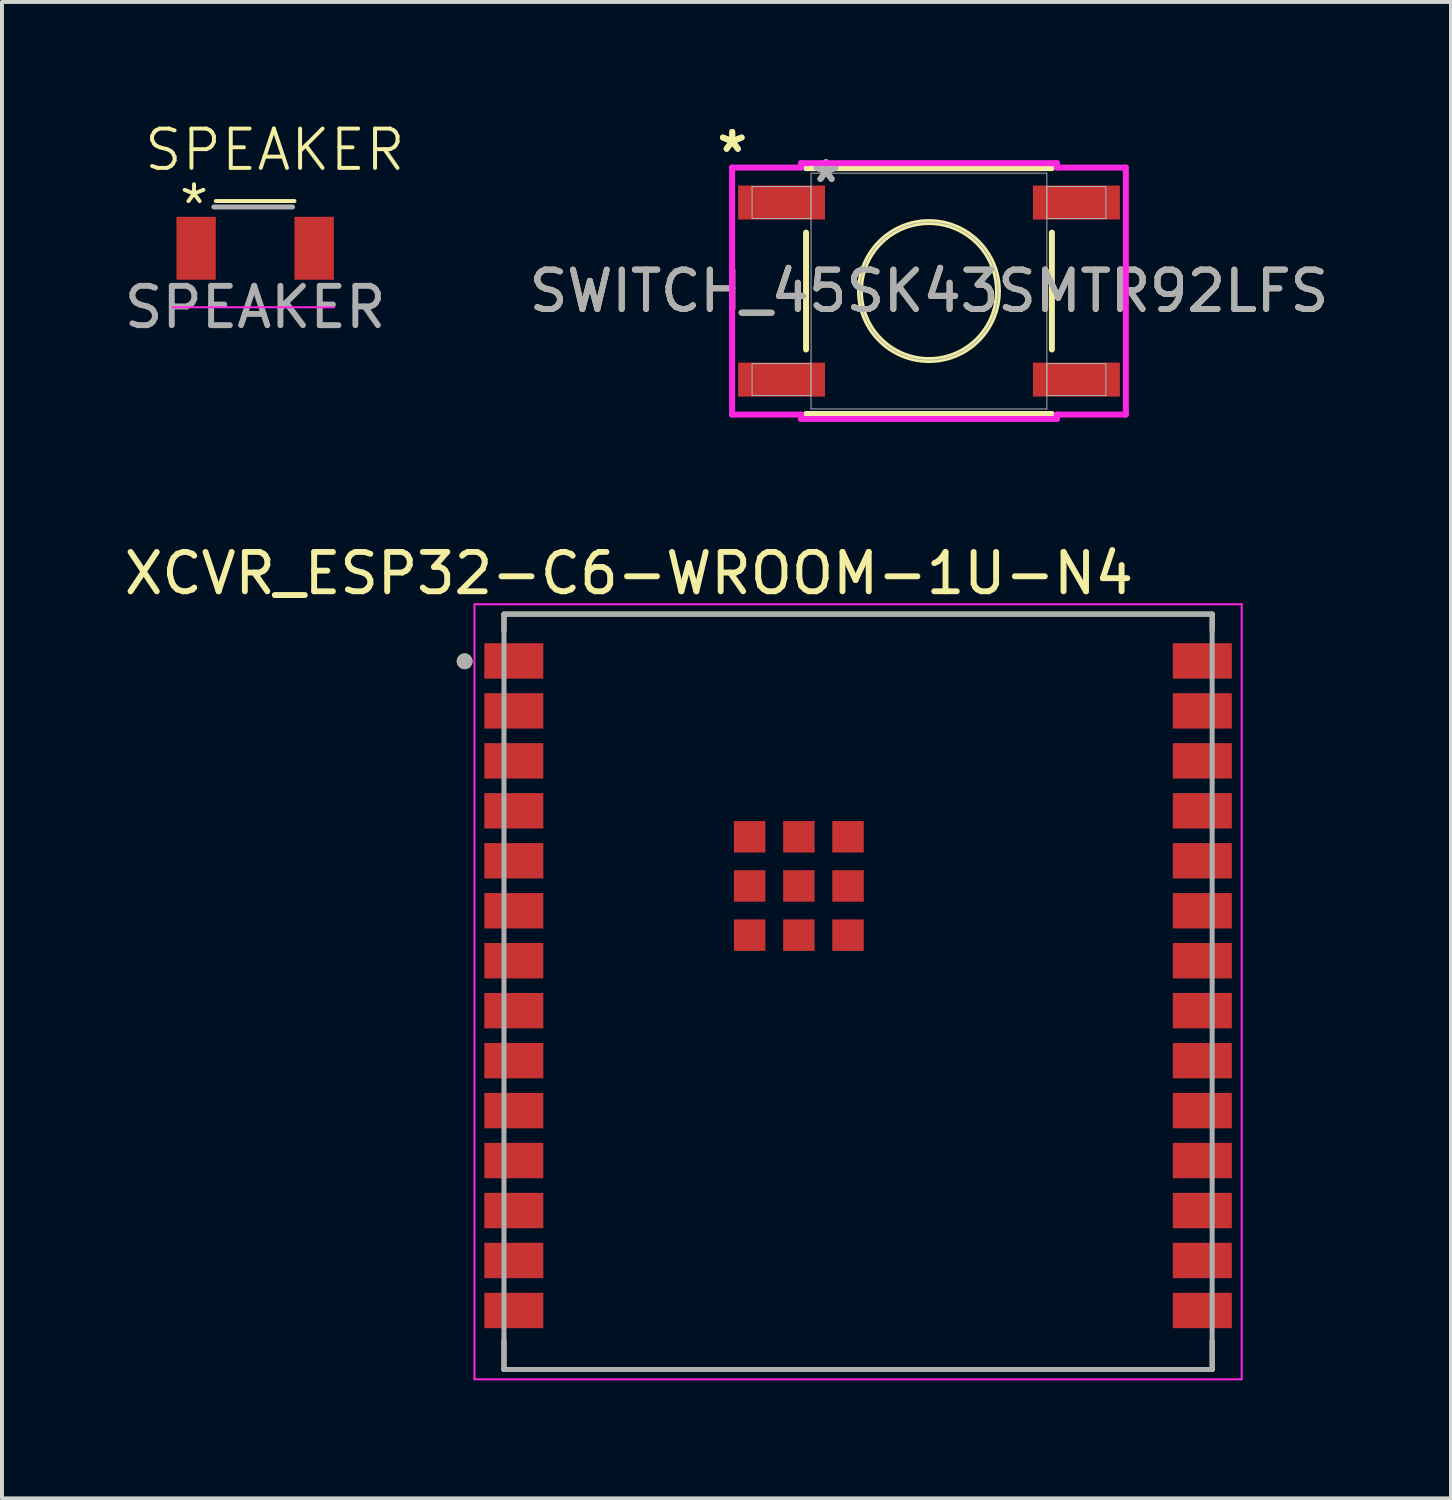
<source format=kicad_pcb>
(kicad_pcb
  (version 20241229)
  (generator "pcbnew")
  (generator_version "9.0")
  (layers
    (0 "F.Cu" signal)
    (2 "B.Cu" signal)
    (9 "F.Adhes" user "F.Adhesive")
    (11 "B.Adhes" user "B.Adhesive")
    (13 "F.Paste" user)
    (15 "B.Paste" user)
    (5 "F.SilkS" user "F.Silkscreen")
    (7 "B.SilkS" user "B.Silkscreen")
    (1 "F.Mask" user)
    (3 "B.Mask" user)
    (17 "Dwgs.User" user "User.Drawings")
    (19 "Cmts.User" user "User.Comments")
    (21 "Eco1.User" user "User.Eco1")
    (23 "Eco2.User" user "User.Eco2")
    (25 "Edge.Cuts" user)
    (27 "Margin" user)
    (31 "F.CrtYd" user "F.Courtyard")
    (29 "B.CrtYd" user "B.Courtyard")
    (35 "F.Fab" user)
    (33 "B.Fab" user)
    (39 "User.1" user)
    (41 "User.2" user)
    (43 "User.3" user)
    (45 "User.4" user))
  (footprint "SPEAKER"
    (layer "F.Cu")
    (at 3.435 2.26)
    (property "Reference" "SPEAKER" (at 0.5 -1.5 0) (unlocked yes) (layer "F.SilkS") (effects (font (size 1 1) (thickness 0.1))))
    (attr smd)
    (fp_line (start -1 -0.2) (end 1 -0.2) (stroke (width 0.1) (type default)) (layer "F.SilkS"))
    (fp_line (start -2.1 2.5) (end 2 2.5) (stroke (width 0.05) (type solid)) (layer "F.CrtYd"))
    (fp_line (start -1.05 -0.05) (end 0.95 -0.05) (stroke (width 0.127) (type solid)) (layer "F.Fab"))
    (fp_text user "*" (at -2 0.5 0) (unlocked yes) (layer "F.SilkS") (effects (font (size 1 1) (thickness 0.1)) (justify left bottom)))
    (fp_text user "${REFERENCE}" (at 0 2.5 0) (unlocked yes) (layer "F.Fab") (effects (font (size 1 1) (thickness 0.15))))
    (pad "1" smd rect (at -1.5 1) (size 1 1.6) (layers "F.Cu" "F.Mask" "F.Paste"))
    (pad "2" smd rect (at 1.5 1) (size 1 1.6) (layers "F.Cu" "F.Mask" "F.Paste")))
  (footprint "SWITCH_45SK43SMTR92LFS"
    (layer "F.Cu")
    (at 20.562 4.348)
    (property "Reference" "SWITCH_45SK43SMTR92LFS" (at 0 0 0) (unlocked yes) (layer "F.SilkS") (effects (font (size 1 1) (thickness 0.15))))
    (attr smd)
    (fp_line (start -3.124 -1.485) (end -3.124 1.485) (stroke (width 0.152) (type solid)) (layer "F.SilkS"))
    (fp_line (start -3.124 3.124) (end 3.124 3.124) (stroke (width 0.152) (type solid)) (layer "F.SilkS"))
    (fp_line (start 3.124 -3.124) (end -3.124 -3.124) (stroke (width 0.152) (type solid)) (layer "F.SilkS"))
    (fp_line (start 3.124 1.485) (end 3.124 -1.485) (stroke (width 0.152) (type solid)) (layer "F.SilkS"))
    (fp_circle (center 0 0) (end 1.753 0) (stroke (width 0.152) (type solid)) (fill no) (layer "F.SilkS"))
    (fp_line (start -5.004 -3.139) (end -3.251 -3.139) (stroke (width 0.152) (type solid)) (layer "F.CrtYd"))
    (fp_line (start -5.004 3.139) (end -5.004 -3.139) (stroke (width 0.152) (type solid)) (layer "F.CrtYd"))
    (fp_line (start -3.251 -3.251) (end 3.251 -3.251) (stroke (width 0.152) (type solid)) (layer "F.CrtYd"))
    (fp_line (start -3.251 -3.139) (end -3.251 -3.251) (stroke (width 0.152) (type solid)) (layer "F.CrtYd"))
    (fp_line (start -3.251 3.139) (end -5.004 3.139) (stroke (width 0.152) (type solid)) (layer "F.CrtYd"))
    (fp_line (start -3.251 3.251) (end -3.251 3.139) (stroke (width 0.152) (type solid)) (layer "F.CrtYd"))
    (fp_line (start 3.251 -3.251) (end 3.251 -3.139) (stroke (width 0.152) (type solid)) (layer "F.CrtYd"))
    (fp_line (start 3.251 -3.139) (end 5.004 -3.139) (stroke (width 0.152) (type solid)) (layer "F.CrtYd"))
    (fp_line (start 3.251 3.139) (end 3.251 3.251) (stroke (width 0.152) (type solid)) (layer "F.CrtYd"))
    (fp_line (start 3.251 3.251) (end -3.251 3.251) (stroke (width 0.152) (type solid)) (layer "F.CrtYd"))
    (fp_line (start 5.004 -3.139) (end 5.004 3.139) (stroke (width 0.152) (type solid)) (layer "F.CrtYd"))
    (fp_line (start 5.004 3.139) (end 3.251 3.139) (stroke (width 0.152) (type solid)) (layer "F.CrtYd"))
    (fp_line (start -4.496 -2.656) (end -4.496 -1.844) (stroke (width 0.025) (type solid)) (layer "F.Fab"))
    (fp_line (start -4.496 -1.844) (end -2.997 -1.844) (stroke (width 0.025) (type solid)) (layer "F.Fab"))
    (fp_line (start -4.496 1.844) (end -4.496 2.656) (stroke (width 0.025) (type solid)) (layer "F.Fab"))
    (fp_line (start -4.496 2.656) (end -2.997 2.656) (stroke (width 0.025) (type solid)) (layer "F.Fab"))
    (fp_line (start -2.997 -2.997) (end -2.997 2.997) (stroke (width 0.025) (type solid)) (layer "F.Fab"))
    (fp_line (start -2.997 -2.656) (end -4.496 -2.656) (stroke (width 0.025) (type solid)) (layer "F.Fab"))
    (fp_line (start -2.997 -1.844) (end -2.997 -2.656) (stroke (width 0.025) (type solid)) (layer "F.Fab"))
    (fp_line (start -2.997 1.844) (end -4.496 1.844) (stroke (width 0.025) (type solid)) (layer "F.Fab"))
    (fp_line (start -2.997 2.656) (end -2.997 1.844) (stroke (width 0.025) (type solid)) (layer "F.Fab"))
    (fp_line (start -2.997 2.997) (end 2.997 2.997) (stroke (width 0.025) (type solid)) (layer "F.Fab"))
    (fp_line (start 2.997 -2.997) (end -2.997 -2.997) (stroke (width 0.025) (type solid)) (layer "F.Fab"))
    (fp_line (start 2.997 -2.656) (end 2.997 -1.844) (stroke (width 0.025) (type solid)) (layer "F.Fab"))
    (fp_line (start 2.997 -1.844) (end 4.496 -1.844) (stroke (width 0.025) (type solid)) (layer "F.Fab"))
    (fp_line (start 2.997 1.844) (end 2.997 2.656) (stroke (width 0.025) (type solid)) (layer "F.Fab"))
    (fp_line (start 2.997 2.656) (end 4.496 2.656) (stroke (width 0.025) (type solid)) (layer "F.Fab"))
    (fp_line (start 2.997 2.997) (end 2.997 -2.997) (stroke (width 0.025) (type solid)) (layer "F.Fab"))
    (fp_line (start 4.496 -2.656) (end 2.997 -2.656) (stroke (width 0.025) (type solid)) (layer "F.Fab"))
    (fp_line (start 4.496 -1.844) (end 4.496 -2.656) (stroke (width 0.025) (type solid)) (layer "F.Fab"))
    (fp_line (start 4.496 1.844) (end 2.997 1.844) (stroke (width 0.025) (type solid)) (layer "F.Fab"))
    (fp_line (start 4.496 2.656) (end 4.496 1.844) (stroke (width 0.025) (type solid)) (layer "F.Fab"))
    (fp_circle (center 0 0) (end 1.753 0) (stroke (width 0.025) (type solid)) (fill no) (layer "F.Fab"))
    (fp_text user "*" (at -5 -3.5 0) (layer "F.SilkS") (effects (font (size 1 1) (thickness 0.15))))
    (fp_text user "*" (at -5 -3.5 0) (unlocked yes) (layer "F.SilkS") (effects (font (size 1 1) (thickness 0.15))))
    (fp_text user "*" (at -2.616 -2.733 0) (unlocked yes) (layer "F.Fab") (effects (font (size 1 1) (thickness 0.15))))
    (fp_text user "*" (at -2.616 -2.733 0) (layer "F.Fab") (effects (font (size 1 1) (thickness 0.15))))
    (fp_text user "${REFERENCE}" (at 0 0 0) (unlocked yes) (layer "F.Fab") (effects (font (size 1 1) (thickness 0.15))))
    (pad "1" smd rect (at -3.747 -2.25) (size 2.21 0.864) (layers "F.Cu" "F.Mask" "F.Paste"))
    (pad "2" smd rect (at 3.747 -2.25) (size 2.21 0.864) (layers "F.Cu" "F.Mask" "F.Paste"))
    (pad "3" smd rect (at -3.747 2.25) (size 2.21 0.864) (layers "F.Cu" "F.Mask" "F.Paste"))
    (pad "4" smd rect (at 3.747 2.25) (size 2.21 0.864) (layers "F.Cu" "F.Mask" "F.Paste")))
  (footprint "XCVR_ESP32-C6-WROOM-1U-N4"
    (layer "F.Cu")
    (at 18.76 22.159)
    (property "Reference" "XCVR_ESP32-C6-WROOM-1U-N4" (at -5.825 -10.635 0) (layer "F.SilkS") (effects (font (size 1 1) (thickness 0.15))))
    (attr smd)
    (fp_line (start -9 -9.6) (end 9 -9.6) (stroke (width 0.127) (type solid)) (layer "F.SilkS"))
    (fp_line (start -9 -9.18) (end -9 -9.6) (stroke (width 0.127) (type solid)) (layer "F.SilkS"))
    (fp_line (start -9 9.6) (end -9 8.87) (stroke (width 0.127) (type solid)) (layer "F.SilkS"))
    (fp_line (start -9 9.6) (end 9 9.6) (stroke (width 0.127) (type solid)) (layer "F.SilkS"))
    (fp_line (start 9 -9.6) (end 9 -9.18) (stroke (width 0.127) (type solid)) (layer "F.SilkS"))
    (fp_line (start 9 8.87) (end 9 9.6) (stroke (width 0.127) (type solid)) (layer "F.SilkS"))
    (fp_circle (center -10 -8.4) (end -9.9 -8.4) (stroke (width 0.2) (type solid)) (fill no) (layer "F.SilkS"))
    (fp_line (start -9.75 -9.85) (end -9.75 9.85) (stroke (width 0.05) (type solid)) (layer "F.CrtYd"))
    (fp_line (start -9.75 9.85) (end 9.75 9.85) (stroke (width 0.05) (type solid)) (layer "F.CrtYd"))
    (fp_line (start 9.75 -9.85) (end -9.75 -9.85) (stroke (width 0.05) (type solid)) (layer "F.CrtYd"))
    (fp_line (start 9.75 9.85) (end 9.75 -9.85) (stroke (width 0.05) (type solid)) (layer "F.CrtYd"))
    (fp_line (start -9 -9.6) (end 9 -9.6) (stroke (width 0.127) (type solid)) (layer "F.Fab"))
    (fp_line (start -9 9.6) (end -9 -9.6) (stroke (width 0.127) (type solid)) (layer "F.Fab"))
    (fp_line (start -9 9.6) (end 9 9.6) (stroke (width 0.127) (type solid)) (layer "F.Fab"))
    (fp_line (start 9 -9.6) (end 9 9.6) (stroke (width 0.127) (type solid)) (layer "F.Fab"))
    (fp_circle (center -10 -8.4) (end -9.9 -8.4) (stroke (width 0.2) (type solid)) (fill no) (layer "F.Fab"))
    (pad "1" smd rect (at -8.75 -8.41) (size 1.5 0.9) (layers "F.Cu" "F.Mask" "F.Paste"))
    (pad "2" smd rect (at -8.75 -7.14) (size 1.5 0.9) (layers "F.Cu" "F.Mask" "F.Paste"))
    (pad "3" smd rect (at -8.75 -5.87) (size 1.5 0.9) (layers "F.Cu" "F.Mask" "F.Paste"))
    (pad "4" smd rect (at -8.75 -4.6) (size 1.5 0.9) (layers "F.Cu" "F.Mask" "F.Paste"))
    (pad "5" smd rect (at -8.75 -3.33) (size 1.5 0.9) (layers "F.Cu" "F.Mask" "F.Paste"))
    (pad "6" smd rect (at -8.75 -2.06) (size 1.5 0.9) (layers "F.Cu" "F.Mask" "F.Paste"))
    (pad "7" smd rect (at -8.75 -0.79) (size 1.5 0.9) (layers "F.Cu" "F.Mask" "F.Paste"))
    (pad "8" smd rect (at -8.75 0.48) (size 1.5 0.9) (layers "F.Cu" "F.Mask" "F.Paste"))
    (pad "9" smd rect (at -8.75 1.75) (size 1.5 0.9) (layers "F.Cu" "F.Mask" "F.Paste"))
    (pad "10" smd rect (at -8.75 3.02) (size 1.5 0.9) (layers "F.Cu" "F.Mask" "F.Paste"))
    (pad "11" smd rect (at -8.75 4.29) (size 1.5 0.9) (layers "F.Cu" "F.Mask" "F.Paste"))
    (pad "12" smd rect (at -8.75 5.56) (size 1.5 0.9) (layers "F.Cu" "F.Mask" "F.Paste"))
    (pad "13" smd rect (at -8.75 6.83) (size 1.5 0.9) (layers "F.Cu" "F.Mask" "F.Paste"))
    (pad "14" smd rect (at -8.75 8.1) (size 1.5 0.9) (layers "F.Cu" "F.Mask" "F.Paste"))
    (pad "15" smd rect (at 8.75 8.1) (size 1.5 0.9) (layers "F.Cu" "F.Mask" "F.Paste"))
    (pad "16" smd rect (at 8.75 6.83) (size 1.5 0.9) (layers "F.Cu" "F.Mask" "F.Paste"))
    (pad "17" smd rect (at 8.75 5.56) (size 1.5 0.9) (layers "F.Cu" "F.Mask" "F.Paste"))
    (pad "18" smd rect (at 8.75 4.29) (size 1.5 0.9) (layers "F.Cu" "F.Mask" "F.Paste"))
    (pad "19" smd rect (at 8.75 3.02) (size 1.5 0.9) (layers "F.Cu" "F.Mask" "F.Paste"))
    (pad "20" smd rect (at 8.75 1.75) (size 1.5 0.9) (layers "F.Cu" "F.Mask" "F.Paste"))
    (pad "21" smd rect (at 8.75 0.48) (size 1.5 0.9) (layers "F.Cu" "F.Mask" "F.Paste"))
    (pad "22" smd rect (at 8.75 -0.79) (size 1.5 0.9) (layers "F.Cu" "F.Mask" "F.Paste"))
    (pad "23" smd rect (at 8.75 -2.06) (size 1.5 0.9) (layers "F.Cu" "F.Mask" "F.Paste"))
    (pad "24" smd rect (at 8.75 -3.33) (size 1.5 0.9) (layers "F.Cu" "F.Mask" "F.Paste"))
    (pad "25" smd rect (at 8.75 -4.6) (size 1.5 0.9) (layers "F.Cu" "F.Mask" "F.Paste"))
    (pad "26" smd rect (at 8.75 -5.87) (size 1.5 0.9) (layers "F.Cu" "F.Mask" "F.Paste"))
    (pad "27" smd rect (at 8.75 -7.14) (size 1.5 0.9) (layers "F.Cu" "F.Mask" "F.Paste"))
    (pad "28" smd rect (at 8.75 -8.41) (size 1.5 0.9) (layers "F.Cu" "F.Mask" "F.Paste"))
    (pad "29_1" smd rect (at -2.755 -3.94) (size 0.8 0.8) (layers "F.Cu" "F.Mask" "F.Paste"))
    (pad "29_2" smd rect (at -1.505 -3.94) (size 0.8 0.8) (layers "F.Cu" "F.Mask" "F.Paste"))
    (pad "29_3" smd rect (at -0.255 -3.94) (size 0.8 0.8) (layers "F.Cu" "F.Mask" "F.Paste"))
    (pad "29_4" smd rect (at -2.755 -2.69) (size 0.8 0.8) (layers "F.Cu" "F.Mask" "F.Paste"))
    (pad "29_5" smd rect (at -1.505 -2.69) (size 0.8 0.8) (layers "F.Cu" "F.Mask" "F.Paste"))
    (pad "29_6" smd rect (at -0.255 -2.69) (size 0.8 0.8) (layers "F.Cu" "F.Mask" "F.Paste"))
    (pad "29_7" smd rect (at -2.755 -1.44) (size 0.8 0.8) (layers "F.Cu" "F.Mask" "F.Paste"))
    (pad "29_8" smd rect (at -1.505 -1.44) (size 0.8 0.8) (layers "F.Cu" "F.Mask" "F.Paste"))
    (pad "29_9" smd rect (at -0.255 -1.44) (size 0.8 0.8) (layers "F.Cu" "F.Mask" "F.Paste")))
  (gr_rect
    (start -3 -3)
    (end 33.83 35.034)
    (stroke (width 0.1) (type default))
    (fill no)
    (layer "Edge.Cuts")))
</source>
